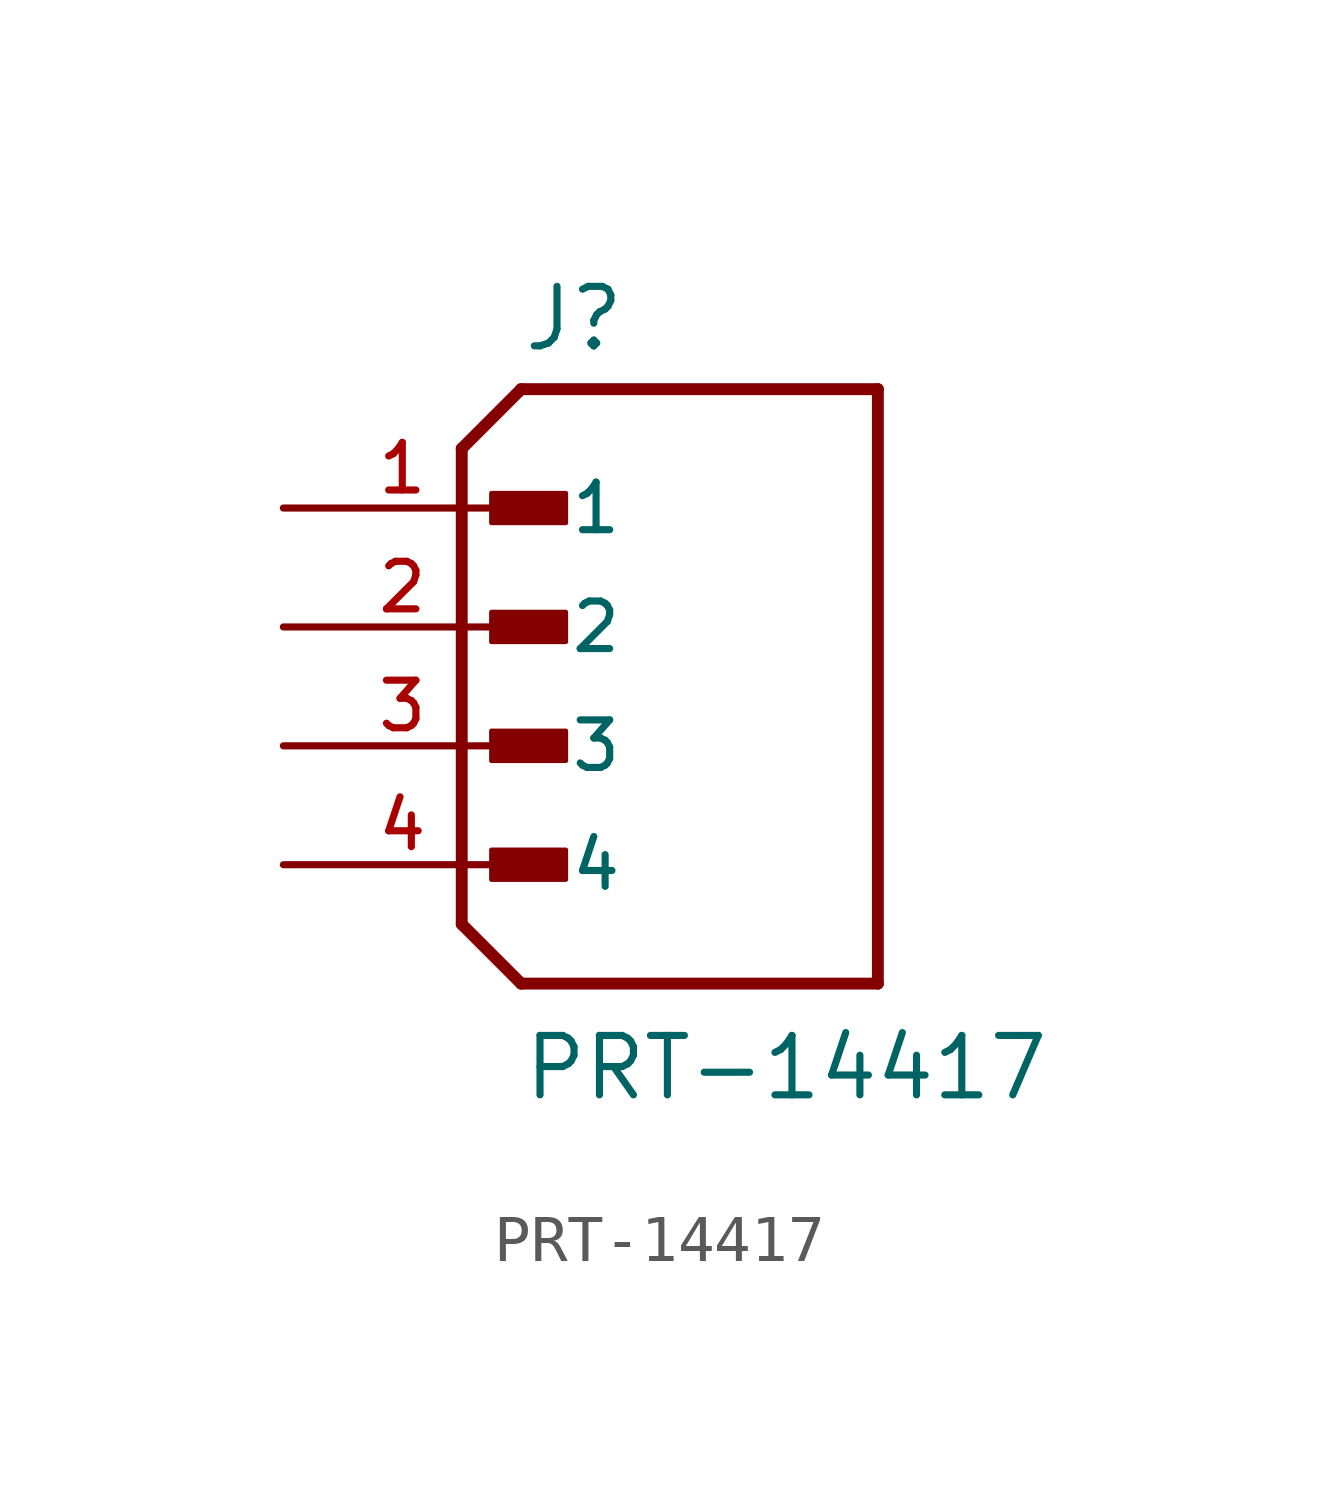
<source format=kicad_sym>
(kicad_symbol_lib
  (version 20231120)
  (generator "kicad_symbol_editor")
  (generator_version "8.0")
  (symbol "PRT-14417"
    (pin_names
      (offset 1.016))
    (property "Reference" "J"
      (at -2.54 8.382 0)
      (effects (font (size 1.27 1.27)) (justify left bottom)))
    (property "Value" "PRT-14417"
      (at -2.54 -7.62 0)
      (effects (font (size 1.27 1.27)) (justify left bottom)))
    (symbol "PRT-14417_0_0"
      (rectangle (start -3.175 -2.857) (end -1.587 -2.223) (stroke (width 0.1) (type default)) (fill (type outline)))
      (rectangle (start -3.175 -0.318) (end -1.587 0.318) (stroke (width 0.1) (type default)) (fill (type outline)))
      (rectangle (start -3.175 2.223) (end -1.587 2.857) (stroke (width 0.1) (type default)) (fill (type outline)))
      (rectangle (start -3.175 4.763) (end -1.587 5.397) (stroke (width 0.1) (type default)) (fill (type outline)))
      (polyline (pts (xy -3.81 -3.81) (xy -2.54 -5.08)) (stroke (width 0.254) (type default)) (fill (type none)))
      (polyline (pts (xy -3.81 6.35) (xy -3.81 -3.81)) (stroke (width 0.254) (type default)) (fill (type none)))
      (polyline (pts (xy -3.81 6.35) (xy -2.54 7.62)) (stroke (width 0.254) (type default)) (fill (type none)))
      (polyline (pts (xy -2.54 -5.08) (xy 5.08 -5.08)) (stroke (width 0.254) (type default)) (fill (type none)))
      (polyline (pts (xy 5.08 -5.08) (xy 5.08 7.62)) (stroke (width 0.254) (type default)) (fill (type none)))
      (polyline (pts (xy 5.08 7.62) (xy -2.54 7.62)) (stroke (width 0.254) (type default)) (fill (type none)))
      (pin passive line (at -7.62 5.08 0) (length 5.08) (name "1" (effects (font (size 1.016 1.016)))) (number "1" (effects (font (size 1.016 1.016)))))
      (pin passive line (at -7.62 2.54 0) (length 5.08) (name "2" (effects (font (size 1.016 1.016)))) (number "2" (effects (font (size 1.016 1.016)))))
      (pin passive line (at -7.62 0 0) (length 5.08) (name "3" (effects (font (size 1.016 1.016)))) (number "3" (effects (font (size 1.016 1.016)))))
      (pin passive line (at -7.62 -2.54 0) (length 5.08) (name "4" (effects (font (size 1.016 1.016)))) (number "4" (effects (font (size 1.016 1.016))))))))
</source>
